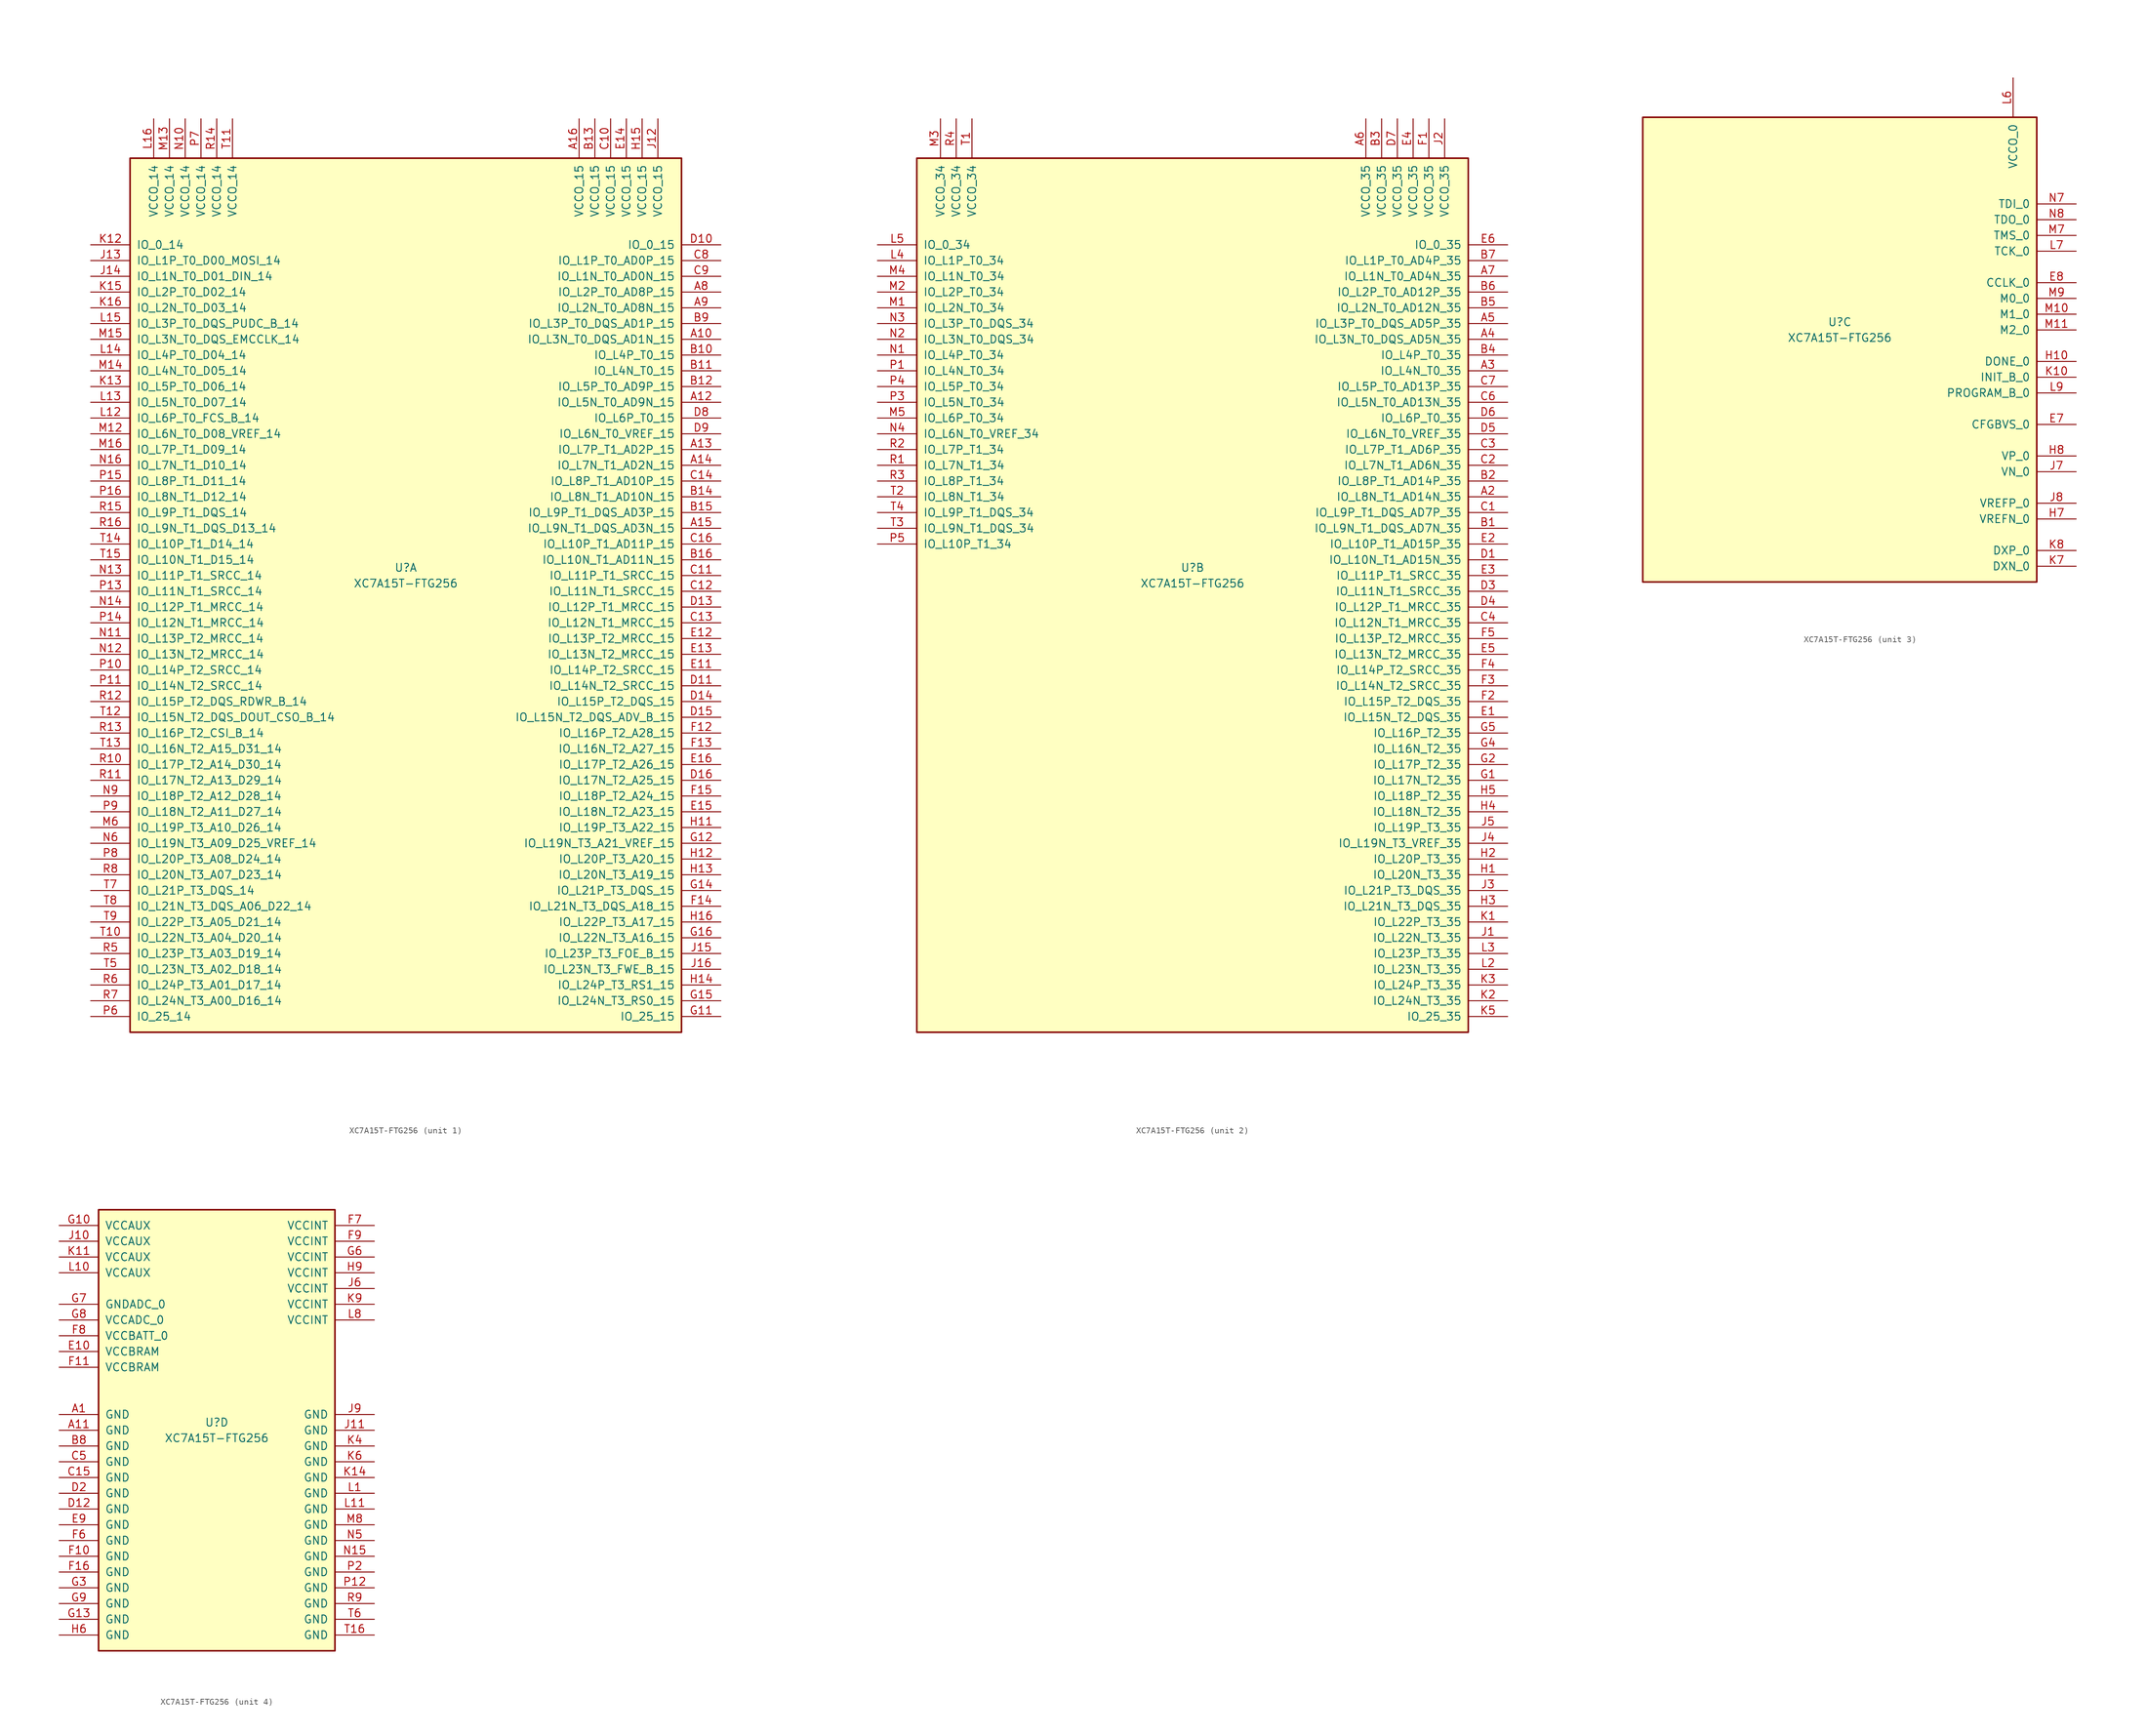
<source format=kicad_sym>
(kicad_symbol_lib
  (version 20201005)
  (generator kicad_symbol_editor)
  (symbol "FPGA_Xilinx_Artix7:XC7A15T-FTG256"
    (pin_names
      (offset 1.016))
    (property "Reference" "U"
      (at 0 1.27 0)
      (effects (font (size 1.27 1.27))))
    (property "Value" "XC7A15T-FTG256"
      (at 0 -1.27 0)
      (effects (font (size 1.27 1.27))))
    (property "Datasheet" ""
      (at 0 0 0)
      (effects (font (size 1.27 1.27))))
    (property "ki_locked" ""
      (at 0 0 0)
      (effects (font (size 1.27 1.27))))
    (symbol "XC7A15T-FTG256_1_1"
      (rectangle (start -44.45 67.31) (end 44.45 -73.66) (stroke (width 0.254)) (fill (type background)))
      (pin power_in line (at -40.64 73.66 270) (length 6.35) (name "VCCO_14" (effects (font (size 1.27 1.27)))) (number "L16" (effects (font (size 1.27 1.27)))))
      (pin power_in line (at -38.1 73.66 270) (length 6.35) (name "VCCO_14" (effects (font (size 1.27 1.27)))) (number "M13" (effects (font (size 1.27 1.27)))))
      (pin power_in line (at -35.56 73.66 270) (length 6.35) (name "VCCO_14" (effects (font (size 1.27 1.27)))) (number "N10" (effects (font (size 1.27 1.27)))))
      (pin power_in line (at -33.02 73.66 270) (length 6.35) (name "VCCO_14" (effects (font (size 1.27 1.27)))) (number "P7" (effects (font (size 1.27 1.27)))))
      (pin power_in line (at -30.48 73.66 270) (length 6.35) (name "VCCO_14" (effects (font (size 1.27 1.27)))) (number "R14" (effects (font (size 1.27 1.27)))))
      (pin power_in line (at -27.94 73.66 270) (length 6.35) (name "VCCO_14" (effects (font (size 1.27 1.27)))) (number "T11" (effects (font (size 1.27 1.27)))))
      (pin bidirectional line (at -50.8 53.34 0) (length 6.35) (name "IO_0_14" (effects (font (size 1.27 1.27)))) (number "K12" (effects (font (size 1.27 1.27)))))
      (pin bidirectional line (at -50.8 50.8 0) (length 6.35) (name "IO_L1P_T0_D00_MOSI_14" (effects (font (size 1.27 1.27)))) (number "J13" (effects (font (size 1.27 1.27)))))
      (pin bidirectional line (at -50.8 48.26 0) (length 6.35) (name "IO_L1N_T0_D01_DIN_14" (effects (font (size 1.27 1.27)))) (number "J14" (effects (font (size 1.27 1.27)))))
      (pin bidirectional line (at -50.8 45.72 0) (length 6.35) (name "IO_L2P_T0_D02_14" (effects (font (size 1.27 1.27)))) (number "K15" (effects (font (size 1.27 1.27)))))
      (pin bidirectional line (at -50.8 43.18 0) (length 6.35) (name "IO_L2N_T0_D03_14" (effects (font (size 1.27 1.27)))) (number "K16" (effects (font (size 1.27 1.27)))))
      (pin bidirectional line (at -50.8 40.64 0) (length 6.35) (name "IO_L3P_T0_DQS_PUDC_B_14" (effects (font (size 1.27 1.27)))) (number "L15" (effects (font (size 1.27 1.27)))))
      (pin bidirectional line (at -50.8 38.1 0) (length 6.35) (name "IO_L3N_T0_DQS_EMCCLK_14" (effects (font (size 1.27 1.27)))) (number "M15" (effects (font (size 1.27 1.27)))))
      (pin bidirectional line (at -50.8 35.56 0) (length 6.35) (name "IO_L4P_T0_D04_14" (effects (font (size 1.27 1.27)))) (number "L14" (effects (font (size 1.27 1.27)))))
      (pin bidirectional line (at -50.8 33.02 0) (length 6.35) (name "IO_L4N_T0_D05_14" (effects (font (size 1.27 1.27)))) (number "M14" (effects (font (size 1.27 1.27)))))
      (pin bidirectional line (at -50.8 30.48 0) (length 6.35) (name "IO_L5P_T0_D06_14" (effects (font (size 1.27 1.27)))) (number "K13" (effects (font (size 1.27 1.27)))))
      (pin bidirectional line (at -50.8 27.94 0) (length 6.35) (name "IO_L5N_T0_D07_14" (effects (font (size 1.27 1.27)))) (number "L13" (effects (font (size 1.27 1.27)))))
      (pin bidirectional line (at -50.8 25.4 0) (length 6.35) (name "IO_L6P_T0_FCS_B_14" (effects (font (size 1.27 1.27)))) (number "L12" (effects (font (size 1.27 1.27)))))
      (pin bidirectional line (at -50.8 22.86 0) (length 6.35) (name "IO_L6N_T0_D08_VREF_14" (effects (font (size 1.27 1.27)))) (number "M12" (effects (font (size 1.27 1.27)))))
      (pin bidirectional line (at -50.8 20.32 0) (length 6.35) (name "IO_L7P_T1_D09_14" (effects (font (size 1.27 1.27)))) (number "M16" (effects (font (size 1.27 1.27)))))
      (pin bidirectional line (at -50.8 17.78 0) (length 6.35) (name "IO_L7N_T1_D10_14" (effects (font (size 1.27 1.27)))) (number "N16" (effects (font (size 1.27 1.27)))))
      (pin bidirectional line (at -50.8 15.24 0) (length 6.35) (name "IO_L8P_T1_D11_14" (effects (font (size 1.27 1.27)))) (number "P15" (effects (font (size 1.27 1.27)))))
      (pin bidirectional line (at -50.8 12.7 0) (length 6.35) (name "IO_L8N_T1_D12_14" (effects (font (size 1.27 1.27)))) (number "P16" (effects (font (size 1.27 1.27)))))
      (pin bidirectional line (at -50.8 10.16 0) (length 6.35) (name "IO_L9P_T1_DQS_14" (effects (font (size 1.27 1.27)))) (number "R15" (effects (font (size 1.27 1.27)))))
      (pin bidirectional line (at -50.8 7.62 0) (length 6.35) (name "IO_L9N_T1_DQS_D13_14" (effects (font (size 1.27 1.27)))) (number "R16" (effects (font (size 1.27 1.27)))))
      (pin bidirectional line (at -50.8 5.08 0) (length 6.35) (name "IO_L10P_T1_D14_14" (effects (font (size 1.27 1.27)))) (number "T14" (effects (font (size 1.27 1.27)))))
      (pin bidirectional line (at -50.8 2.54 0) (length 6.35) (name "IO_L10N_T1_D15_14" (effects (font (size 1.27 1.27)))) (number "T15" (effects (font (size 1.27 1.27)))))
      (pin bidirectional line (at -50.8 0 0) (length 6.35) (name "IO_L11P_T1_SRCC_14" (effects (font (size 1.27 1.27)))) (number "N13" (effects (font (size 1.27 1.27)))))
      (pin bidirectional line (at -50.8 -2.54 0) (length 6.35) (name "IO_L11N_T1_SRCC_14" (effects (font (size 1.27 1.27)))) (number "P13" (effects (font (size 1.27 1.27)))))
      (pin bidirectional line (at -50.8 -5.08 0) (length 6.35) (name "IO_L12P_T1_MRCC_14" (effects (font (size 1.27 1.27)))) (number "N14" (effects (font (size 1.27 1.27)))))
      (pin bidirectional line (at -50.8 -7.62 0) (length 6.35) (name "IO_L12N_T1_MRCC_14" (effects (font (size 1.27 1.27)))) (number "P14" (effects (font (size 1.27 1.27)))))
      (pin bidirectional line (at -50.8 -10.16 0) (length 6.35) (name "IO_L13P_T2_MRCC_14" (effects (font (size 1.27 1.27)))) (number "N11" (effects (font (size 1.27 1.27)))))
      (pin bidirectional line (at -50.8 -12.7 0) (length 6.35) (name "IO_L13N_T2_MRCC_14" (effects (font (size 1.27 1.27)))) (number "N12" (effects (font (size 1.27 1.27)))))
      (pin bidirectional line (at -50.8 -15.24 0) (length 6.35) (name "IO_L14P_T2_SRCC_14" (effects (font (size 1.27 1.27)))) (number "P10" (effects (font (size 1.27 1.27)))))
      (pin bidirectional line (at -50.8 -17.78 0) (length 6.35) (name "IO_L14N_T2_SRCC_14" (effects (font (size 1.27 1.27)))) (number "P11" (effects (font (size 1.27 1.27)))))
      (pin bidirectional line (at -50.8 -20.32 0) (length 6.35) (name "IO_L15P_T2_DQS_RDWR_B_14" (effects (font (size 1.27 1.27)))) (number "R12" (effects (font (size 1.27 1.27)))))
      (pin bidirectional line (at -50.8 -22.86 0) (length 6.35) (name "IO_L15N_T2_DQS_DOUT_CSO_B_14" (effects (font (size 1.27 1.27)))) (number "T12" (effects (font (size 1.27 1.27)))))
      (pin bidirectional line (at -50.8 -25.4 0) (length 6.35) (name "IO_L16P_T2_CSI_B_14" (effects (font (size 1.27 1.27)))) (number "R13" (effects (font (size 1.27 1.27)))))
      (pin bidirectional line (at -50.8 -27.94 0) (length 6.35) (name "IO_L16N_T2_A15_D31_14" (effects (font (size 1.27 1.27)))) (number "T13" (effects (font (size 1.27 1.27)))))
      (pin bidirectional line (at -50.8 -30.48 0) (length 6.35) (name "IO_L17P_T2_A14_D30_14" (effects (font (size 1.27 1.27)))) (number "R10" (effects (font (size 1.27 1.27)))))
      (pin bidirectional line (at -50.8 -33.02 0) (length 6.35) (name "IO_L17N_T2_A13_D29_14" (effects (font (size 1.27 1.27)))) (number "R11" (effects (font (size 1.27 1.27)))))
      (pin bidirectional line (at -50.8 -35.56 0) (length 6.35) (name "IO_L18P_T2_A12_D28_14" (effects (font (size 1.27 1.27)))) (number "N9" (effects (font (size 1.27 1.27)))))
      (pin bidirectional line (at -50.8 -38.1 0) (length 6.35) (name "IO_L18N_T2_A11_D27_14" (effects (font (size 1.27 1.27)))) (number "P9" (effects (font (size 1.27 1.27)))))
      (pin bidirectional line (at -50.8 -40.64 0) (length 6.35) (name "IO_L19P_T3_A10_D26_14" (effects (font (size 1.27 1.27)))) (number "M6" (effects (font (size 1.27 1.27)))))
      (pin bidirectional line (at -50.8 -43.18 0) (length 6.35) (name "IO_L19N_T3_A09_D25_VREF_14" (effects (font (size 1.27 1.27)))) (number "N6" (effects (font (size 1.27 1.27)))))
      (pin bidirectional line (at -50.8 -45.72 0) (length 6.35) (name "IO_L20P_T3_A08_D24_14" (effects (font (size 1.27 1.27)))) (number "P8" (effects (font (size 1.27 1.27)))))
      (pin bidirectional line (at -50.8 -48.26 0) (length 6.35) (name "IO_L20N_T3_A07_D23_14" (effects (font (size 1.27 1.27)))) (number "R8" (effects (font (size 1.27 1.27)))))
      (pin bidirectional line (at -50.8 -50.8 0) (length 6.35) (name "IO_L21P_T3_DQS_14" (effects (font (size 1.27 1.27)))) (number "T7" (effects (font (size 1.27 1.27)))))
      (pin bidirectional line (at -50.8 -53.34 0) (length 6.35) (name "IO_L21N_T3_DQS_A06_D22_14" (effects (font (size 1.27 1.27)))) (number "T8" (effects (font (size 1.27 1.27)))))
      (pin bidirectional line (at -50.8 -55.88 0) (length 6.35) (name "IO_L22P_T3_A05_D21_14" (effects (font (size 1.27 1.27)))) (number "T9" (effects (font (size 1.27 1.27)))))
      (pin bidirectional line (at -50.8 -58.42 0) (length 6.35) (name "IO_L22N_T3_A04_D20_14" (effects (font (size 1.27 1.27)))) (number "T10" (effects (font (size 1.27 1.27)))))
      (pin bidirectional line (at -50.8 -60.96 0) (length 6.35) (name "IO_L23P_T3_A03_D19_14" (effects (font (size 1.27 1.27)))) (number "R5" (effects (font (size 1.27 1.27)))))
      (pin bidirectional line (at -50.8 -63.5 0) (length 6.35) (name "IO_L23N_T3_A02_D18_14" (effects (font (size 1.27 1.27)))) (number "T5" (effects (font (size 1.27 1.27)))))
      (pin bidirectional line (at -50.8 -66.04 0) (length 6.35) (name "IO_L24P_T3_A01_D17_14" (effects (font (size 1.27 1.27)))) (number "R6" (effects (font (size 1.27 1.27)))))
      (pin bidirectional line (at -50.8 -68.58 0) (length 6.35) (name "IO_L24N_T3_A00_D16_14" (effects (font (size 1.27 1.27)))) (number "R7" (effects (font (size 1.27 1.27)))))
      (pin bidirectional line (at -50.8 -71.12 0) (length 6.35) (name "IO_25_14" (effects (font (size 1.27 1.27)))) (number "P6" (effects (font (size 1.27 1.27)))))
      (pin power_in line (at 27.94 73.66 270) (length 6.35) (name "VCCO_15" (effects (font (size 1.27 1.27)))) (number "A16" (effects (font (size 1.27 1.27)))))
      (pin power_in line (at 30.48 73.66 270) (length 6.35) (name "VCCO_15" (effects (font (size 1.27 1.27)))) (number "B13" (effects (font (size 1.27 1.27)))))
      (pin power_in line (at 33.02 73.66 270) (length 6.35) (name "VCCO_15" (effects (font (size 1.27 1.27)))) (number "C10" (effects (font (size 1.27 1.27)))))
      (pin power_in line (at 35.56 73.66 270) (length 6.35) (name "VCCO_15" (effects (font (size 1.27 1.27)))) (number "E14" (effects (font (size 1.27 1.27)))))
      (pin power_in line (at 38.1 73.66 270) (length 6.35) (name "VCCO_15" (effects (font (size 1.27 1.27)))) (number "H15" (effects (font (size 1.27 1.27)))))
      (pin power_in line (at 40.64 73.66 270) (length 6.35) (name "VCCO_15" (effects (font (size 1.27 1.27)))) (number "J12" (effects (font (size 1.27 1.27)))))
      (pin bidirectional line (at 50.8 53.34 180) (length 6.35) (name "IO_0_15" (effects (font (size 1.27 1.27)))) (number "D10" (effects (font (size 1.27 1.27)))))
      (pin bidirectional line (at 50.8 50.8 180) (length 6.35) (name "IO_L1P_T0_AD0P_15" (effects (font (size 1.27 1.27)))) (number "C8" (effects (font (size 1.27 1.27)))))
      (pin bidirectional line (at 50.8 48.26 180) (length 6.35) (name "IO_L1N_T0_AD0N_15" (effects (font (size 1.27 1.27)))) (number "C9" (effects (font (size 1.27 1.27)))))
      (pin bidirectional line (at 50.8 45.72 180) (length 6.35) (name "IO_L2P_T0_AD8P_15" (effects (font (size 1.27 1.27)))) (number "A8" (effects (font (size 1.27 1.27)))))
      (pin bidirectional line (at 50.8 43.18 180) (length 6.35) (name "IO_L2N_T0_AD8N_15" (effects (font (size 1.27 1.27)))) (number "A9" (effects (font (size 1.27 1.27)))))
      (pin bidirectional line (at 50.8 40.64 180) (length 6.35) (name "IO_L3P_T0_DQS_AD1P_15" (effects (font (size 1.27 1.27)))) (number "B9" (effects (font (size 1.27 1.27)))))
      (pin bidirectional line (at 50.8 38.1 180) (length 6.35) (name "IO_L3N_T0_DQS_AD1N_15" (effects (font (size 1.27 1.27)))) (number "A10" (effects (font (size 1.27 1.27)))))
      (pin bidirectional line (at 50.8 35.56 180) (length 6.35) (name "IO_L4P_T0_15" (effects (font (size 1.27 1.27)))) (number "B10" (effects (font (size 1.27 1.27)))))
      (pin bidirectional line (at 50.8 33.02 180) (length 6.35) (name "IO_L4N_T0_15" (effects (font (size 1.27 1.27)))) (number "B11" (effects (font (size 1.27 1.27)))))
      (pin bidirectional line (at 50.8 30.48 180) (length 6.35) (name "IO_L5P_T0_AD9P_15" (effects (font (size 1.27 1.27)))) (number "B12" (effects (font (size 1.27 1.27)))))
      (pin bidirectional line (at 50.8 27.94 180) (length 6.35) (name "IO_L5N_T0_AD9N_15" (effects (font (size 1.27 1.27)))) (number "A12" (effects (font (size 1.27 1.27)))))
      (pin bidirectional line (at 50.8 25.4 180) (length 6.35) (name "IO_L6P_T0_15" (effects (font (size 1.27 1.27)))) (number "D8" (effects (font (size 1.27 1.27)))))
      (pin bidirectional line (at 50.8 22.86 180) (length 6.35) (name "IO_L6N_T0_VREF_15" (effects (font (size 1.27 1.27)))) (number "D9" (effects (font (size 1.27 1.27)))))
      (pin bidirectional line (at 50.8 20.32 180) (length 6.35) (name "IO_L7P_T1_AD2P_15" (effects (font (size 1.27 1.27)))) (number "A13" (effects (font (size 1.27 1.27)))))
      (pin bidirectional line (at 50.8 17.78 180) (length 6.35) (name "IO_L7N_T1_AD2N_15" (effects (font (size 1.27 1.27)))) (number "A14" (effects (font (size 1.27 1.27)))))
      (pin bidirectional line (at 50.8 15.24 180) (length 6.35) (name "IO_L8P_T1_AD10P_15" (effects (font (size 1.27 1.27)))) (number "C14" (effects (font (size 1.27 1.27)))))
      (pin bidirectional line (at 50.8 12.7 180) (length 6.35) (name "IO_L8N_T1_AD10N_15" (effects (font (size 1.27 1.27)))) (number "B14" (effects (font (size 1.27 1.27)))))
      (pin bidirectional line (at 50.8 10.16 180) (length 6.35) (name "IO_L9P_T1_DQS_AD3P_15" (effects (font (size 1.27 1.27)))) (number "B15" (effects (font (size 1.27 1.27)))))
      (pin bidirectional line (at 50.8 7.62 180) (length 6.35) (name "IO_L9N_T1_DQS_AD3N_15" (effects (font (size 1.27 1.27)))) (number "A15" (effects (font (size 1.27 1.27)))))
      (pin bidirectional line (at 50.8 5.08 180) (length 6.35) (name "IO_L10P_T1_AD11P_15" (effects (font (size 1.27 1.27)))) (number "C16" (effects (font (size 1.27 1.27)))))
      (pin bidirectional line (at 50.8 2.54 180) (length 6.35) (name "IO_L10N_T1_AD11N_15" (effects (font (size 1.27 1.27)))) (number "B16" (effects (font (size 1.27 1.27)))))
      (pin bidirectional line (at 50.8 0 180) (length 6.35) (name "IO_L11P_T1_SRCC_15" (effects (font (size 1.27 1.27)))) (number "C11" (effects (font (size 1.27 1.27)))))
      (pin bidirectional line (at 50.8 -2.54 180) (length 6.35) (name "IO_L11N_T1_SRCC_15" (effects (font (size 1.27 1.27)))) (number "C12" (effects (font (size 1.27 1.27)))))
      (pin bidirectional line (at 50.8 -5.08 180) (length 6.35) (name "IO_L12P_T1_MRCC_15" (effects (font (size 1.27 1.27)))) (number "D13" (effects (font (size 1.27 1.27)))))
      (pin bidirectional line (at 50.8 -7.62 180) (length 6.35) (name "IO_L12N_T1_MRCC_15" (effects (font (size 1.27 1.27)))) (number "C13" (effects (font (size 1.27 1.27)))))
      (pin bidirectional line (at 50.8 -10.16 180) (length 6.35) (name "IO_L13P_T2_MRCC_15" (effects (font (size 1.27 1.27)))) (number "E12" (effects (font (size 1.27 1.27)))))
      (pin bidirectional line (at 50.8 -12.7 180) (length 6.35) (name "IO_L13N_T2_MRCC_15" (effects (font (size 1.27 1.27)))) (number "E13" (effects (font (size 1.27 1.27)))))
      (pin bidirectional line (at 50.8 -15.24 180) (length 6.35) (name "IO_L14P_T2_SRCC_15" (effects (font (size 1.27 1.27)))) (number "E11" (effects (font (size 1.27 1.27)))))
      (pin bidirectional line (at 50.8 -17.78 180) (length 6.35) (name "IO_L14N_T2_SRCC_15" (effects (font (size 1.27 1.27)))) (number "D11" (effects (font (size 1.27 1.27)))))
      (pin bidirectional line (at 50.8 -20.32 180) (length 6.35) (name "IO_L15P_T2_DQS_15" (effects (font (size 1.27 1.27)))) (number "D14" (effects (font (size 1.27 1.27)))))
      (pin bidirectional line (at 50.8 -22.86 180) (length 6.35) (name "IO_L15N_T2_DQS_ADV_B_15" (effects (font (size 1.27 1.27)))) (number "D15" (effects (font (size 1.27 1.27)))))
      (pin bidirectional line (at 50.8 -25.4 180) (length 6.35) (name "IO_L16P_T2_A28_15" (effects (font (size 1.27 1.27)))) (number "F12" (effects (font (size 1.27 1.27)))))
      (pin bidirectional line (at 50.8 -27.94 180) (length 6.35) (name "IO_L16N_T2_A27_15" (effects (font (size 1.27 1.27)))) (number "F13" (effects (font (size 1.27 1.27)))))
      (pin bidirectional line (at 50.8 -30.48 180) (length 6.35) (name "IO_L17P_T2_A26_15" (effects (font (size 1.27 1.27)))) (number "E16" (effects (font (size 1.27 1.27)))))
      (pin bidirectional line (at 50.8 -33.02 180) (length 6.35) (name "IO_L17N_T2_A25_15" (effects (font (size 1.27 1.27)))) (number "D16" (effects (font (size 1.27 1.27)))))
      (pin bidirectional line (at 50.8 -35.56 180) (length 6.35) (name "IO_L18P_T2_A24_15" (effects (font (size 1.27 1.27)))) (number "F15" (effects (font (size 1.27 1.27)))))
      (pin bidirectional line (at 50.8 -38.1 180) (length 6.35) (name "IO_L18N_T2_A23_15" (effects (font (size 1.27 1.27)))) (number "E15" (effects (font (size 1.27 1.27)))))
      (pin bidirectional line (at 50.8 -40.64 180) (length 6.35) (name "IO_L19P_T3_A22_15" (effects (font (size 1.27 1.27)))) (number "H11" (effects (font (size 1.27 1.27)))))
      (pin bidirectional line (at 50.8 -43.18 180) (length 6.35) (name "IO_L19N_T3_A21_VREF_15" (effects (font (size 1.27 1.27)))) (number "G12" (effects (font (size 1.27 1.27)))))
      (pin bidirectional line (at 50.8 -45.72 180) (length 6.35) (name "IO_L20P_T3_A20_15" (effects (font (size 1.27 1.27)))) (number "H12" (effects (font (size 1.27 1.27)))))
      (pin bidirectional line (at 50.8 -48.26 180) (length 6.35) (name "IO_L20N_T3_A19_15" (effects (font (size 1.27 1.27)))) (number "H13" (effects (font (size 1.27 1.27)))))
      (pin bidirectional line (at 50.8 -50.8 180) (length 6.35) (name "IO_L21P_T3_DQS_15" (effects (font (size 1.27 1.27)))) (number "G14" (effects (font (size 1.27 1.27)))))
      (pin bidirectional line (at 50.8 -53.34 180) (length 6.35) (name "IO_L21N_T3_DQS_A18_15" (effects (font (size 1.27 1.27)))) (number "F14" (effects (font (size 1.27 1.27)))))
      (pin bidirectional line (at 50.8 -55.88 180) (length 6.35) (name "IO_L22P_T3_A17_15" (effects (font (size 1.27 1.27)))) (number "H16" (effects (font (size 1.27 1.27)))))
      (pin bidirectional line (at 50.8 -58.42 180) (length 6.35) (name "IO_L22N_T3_A16_15" (effects (font (size 1.27 1.27)))) (number "G16" (effects (font (size 1.27 1.27)))))
      (pin bidirectional line (at 50.8 -60.96 180) (length 6.35) (name "IO_L23P_T3_FOE_B_15" (effects (font (size 1.27 1.27)))) (number "J15" (effects (font (size 1.27 1.27)))))
      (pin bidirectional line (at 50.8 -63.5 180) (length 6.35) (name "IO_L23N_T3_FWE_B_15" (effects (font (size 1.27 1.27)))) (number "J16" (effects (font (size 1.27 1.27)))))
      (pin bidirectional line (at 50.8 -66.04 180) (length 6.35) (name "IO_L24P_T3_RS1_15" (effects (font (size 1.27 1.27)))) (number "H14" (effects (font (size 1.27 1.27)))))
      (pin bidirectional line (at 50.8 -68.58 180) (length 6.35) (name "IO_L24N_T3_RS0_15" (effects (font (size 1.27 1.27)))) (number "G15" (effects (font (size 1.27 1.27)))))
      (pin bidirectional line (at 50.8 -71.12 180) (length 6.35) (name "IO_25_15" (effects (font (size 1.27 1.27)))) (number "G11" (effects (font (size 1.27 1.27))))))
    (symbol "XC7A15T-FTG256_2_1"
      (rectangle (start -44.45 67.31) (end 44.45 -73.66) (stroke (width 0.254)) (fill (type background)))
      (pin power_in line (at -40.64 73.66 270) (length 6.35) (name "VCCO_34" (effects (font (size 1.27 1.27)))) (number "M3" (effects (font (size 1.27 1.27)))))
      (pin power_in line (at -38.1 73.66 270) (length 6.35) (name "VCCO_34" (effects (font (size 1.27 1.27)))) (number "R4" (effects (font (size 1.27 1.27)))))
      (pin power_in line (at -35.56 73.66 270) (length 6.35) (name "VCCO_34" (effects (font (size 1.27 1.27)))) (number "T1" (effects (font (size 1.27 1.27)))))
      (pin bidirectional line (at -50.8 53.34 0) (length 6.35) (name "IO_0_34" (effects (font (size 1.27 1.27)))) (number "L5" (effects (font (size 1.27 1.27)))))
      (pin bidirectional line (at -50.8 50.8 0) (length 6.35) (name "IO_L1P_T0_34" (effects (font (size 1.27 1.27)))) (number "L4" (effects (font (size 1.27 1.27)))))
      (pin bidirectional line (at -50.8 48.26 0) (length 6.35) (name "IO_L1N_T0_34" (effects (font (size 1.27 1.27)))) (number "M4" (effects (font (size 1.27 1.27)))))
      (pin bidirectional line (at -50.8 45.72 0) (length 6.35) (name "IO_L2P_T0_34" (effects (font (size 1.27 1.27)))) (number "M2" (effects (font (size 1.27 1.27)))))
      (pin bidirectional line (at -50.8 43.18 0) (length 6.35) (name "IO_L2N_T0_34" (effects (font (size 1.27 1.27)))) (number "M1" (effects (font (size 1.27 1.27)))))
      (pin bidirectional line (at -50.8 40.64 0) (length 6.35) (name "IO_L3P_T0_DQS_34" (effects (font (size 1.27 1.27)))) (number "N3" (effects (font (size 1.27 1.27)))))
      (pin bidirectional line (at -50.8 38.1 0) (length 6.35) (name "IO_L3N_T0_DQS_34" (effects (font (size 1.27 1.27)))) (number "N2" (effects (font (size 1.27 1.27)))))
      (pin bidirectional line (at -50.8 35.56 0) (length 6.35) (name "IO_L4P_T0_34" (effects (font (size 1.27 1.27)))) (number "N1" (effects (font (size 1.27 1.27)))))
      (pin bidirectional line (at -50.8 33.02 0) (length 6.35) (name "IO_L4N_T0_34" (effects (font (size 1.27 1.27)))) (number "P1" (effects (font (size 1.27 1.27)))))
      (pin bidirectional line (at -50.8 30.48 0) (length 6.35) (name "IO_L5P_T0_34" (effects (font (size 1.27 1.27)))) (number "P4" (effects (font (size 1.27 1.27)))))
      (pin bidirectional line (at -50.8 27.94 0) (length 6.35) (name "IO_L5N_T0_34" (effects (font (size 1.27 1.27)))) (number "P3" (effects (font (size 1.27 1.27)))))
      (pin bidirectional line (at -50.8 25.4 0) (length 6.35) (name "IO_L6P_T0_34" (effects (font (size 1.27 1.27)))) (number "M5" (effects (font (size 1.27 1.27)))))
      (pin bidirectional line (at -50.8 22.86 0) (length 6.35) (name "IO_L6N_T0_VREF_34" (effects (font (size 1.27 1.27)))) (number "N4" (effects (font (size 1.27 1.27)))))
      (pin bidirectional line (at -50.8 20.32 0) (length 6.35) (name "IO_L7P_T1_34" (effects (font (size 1.27 1.27)))) (number "R2" (effects (font (size 1.27 1.27)))))
      (pin bidirectional line (at -50.8 17.78 0) (length 6.35) (name "IO_L7N_T1_34" (effects (font (size 1.27 1.27)))) (number "R1" (effects (font (size 1.27 1.27)))))
      (pin bidirectional line (at -50.8 15.24 0) (length 6.35) (name "IO_L8P_T1_34" (effects (font (size 1.27 1.27)))) (number "R3" (effects (font (size 1.27 1.27)))))
      (pin bidirectional line (at -50.8 12.7 0) (length 6.35) (name "IO_L8N_T1_34" (effects (font (size 1.27 1.27)))) (number "T2" (effects (font (size 1.27 1.27)))))
      (pin bidirectional line (at -50.8 10.16 0) (length 6.35) (name "IO_L9P_T1_DQS_34" (effects (font (size 1.27 1.27)))) (number "T4" (effects (font (size 1.27 1.27)))))
      (pin bidirectional line (at -50.8 7.62 0) (length 6.35) (name "IO_L9N_T1_DQS_34" (effects (font (size 1.27 1.27)))) (number "T3" (effects (font (size 1.27 1.27)))))
      (pin bidirectional line (at -50.8 5.08 0) (length 6.35) (name "IO_L10P_T1_34" (effects (font (size 1.27 1.27)))) (number "P5" (effects (font (size 1.27 1.27)))))
      (pin power_in line (at 27.94 73.66 270) (length 6.35) (name "VCCO_35" (effects (font (size 1.27 1.27)))) (number "A6" (effects (font (size 1.27 1.27)))))
      (pin power_in line (at 30.48 73.66 270) (length 6.35) (name "VCCO_35" (effects (font (size 1.27 1.27)))) (number "B3" (effects (font (size 1.27 1.27)))))
      (pin power_in line (at 33.02 73.66 270) (length 6.35) (name "VCCO_35" (effects (font (size 1.27 1.27)))) (number "D7" (effects (font (size 1.27 1.27)))))
      (pin power_in line (at 35.56 73.66 270) (length 6.35) (name "VCCO_35" (effects (font (size 1.27 1.27)))) (number "E4" (effects (font (size 1.27 1.27)))))
      (pin power_in line (at 38.1 73.66 270) (length 6.35) (name "VCCO_35" (effects (font (size 1.27 1.27)))) (number "F1" (effects (font (size 1.27 1.27)))))
      (pin power_in line (at 40.64 73.66 270) (length 6.35) (name "VCCO_35" (effects (font (size 1.27 1.27)))) (number "J2" (effects (font (size 1.27 1.27)))))
      (pin bidirectional line (at 50.8 53.34 180) (length 6.35) (name "IO_0_35" (effects (font (size 1.27 1.27)))) (number "E6" (effects (font (size 1.27 1.27)))))
      (pin bidirectional line (at 50.8 50.8 180) (length 6.35) (name "IO_L1P_T0_AD4P_35" (effects (font (size 1.27 1.27)))) (number "B7" (effects (font (size 1.27 1.27)))))
      (pin bidirectional line (at 50.8 48.26 180) (length 6.35) (name "IO_L1N_T0_AD4N_35" (effects (font (size 1.27 1.27)))) (number "A7" (effects (font (size 1.27 1.27)))))
      (pin bidirectional line (at 50.8 45.72 180) (length 6.35) (name "IO_L2P_T0_AD12P_35" (effects (font (size 1.27 1.27)))) (number "B6" (effects (font (size 1.27 1.27)))))
      (pin bidirectional line (at 50.8 43.18 180) (length 6.35) (name "IO_L2N_T0_AD12N_35" (effects (font (size 1.27 1.27)))) (number "B5" (effects (font (size 1.27 1.27)))))
      (pin bidirectional line (at 50.8 40.64 180) (length 6.35) (name "IO_L3P_T0_DQS_AD5P_35" (effects (font (size 1.27 1.27)))) (number "A5" (effects (font (size 1.27 1.27)))))
      (pin bidirectional line (at 50.8 38.1 180) (length 6.35) (name "IO_L3N_T0_DQS_AD5N_35" (effects (font (size 1.27 1.27)))) (number "A4" (effects (font (size 1.27 1.27)))))
      (pin bidirectional line (at 50.8 35.56 180) (length 6.35) (name "IO_L4P_T0_35" (effects (font (size 1.27 1.27)))) (number "B4" (effects (font (size 1.27 1.27)))))
      (pin bidirectional line (at 50.8 33.02 180) (length 6.35) (name "IO_L4N_T0_35" (effects (font (size 1.27 1.27)))) (number "A3" (effects (font (size 1.27 1.27)))))
      (pin bidirectional line (at 50.8 30.48 180) (length 6.35) (name "IO_L5P_T0_AD13P_35" (effects (font (size 1.27 1.27)))) (number "C7" (effects (font (size 1.27 1.27)))))
      (pin bidirectional line (at 50.8 27.94 180) (length 6.35) (name "IO_L5N_T0_AD13N_35" (effects (font (size 1.27 1.27)))) (number "C6" (effects (font (size 1.27 1.27)))))
      (pin bidirectional line (at 50.8 25.4 180) (length 6.35) (name "IO_L6P_T0_35" (effects (font (size 1.27 1.27)))) (number "D6" (effects (font (size 1.27 1.27)))))
      (pin bidirectional line (at 50.8 22.86 180) (length 6.35) (name "IO_L6N_T0_VREF_35" (effects (font (size 1.27 1.27)))) (number "D5" (effects (font (size 1.27 1.27)))))
      (pin bidirectional line (at 50.8 20.32 180) (length 6.35) (name "IO_L7P_T1_AD6P_35" (effects (font (size 1.27 1.27)))) (number "C3" (effects (font (size 1.27 1.27)))))
      (pin bidirectional line (at 50.8 17.78 180) (length 6.35) (name "IO_L7N_T1_AD6N_35" (effects (font (size 1.27 1.27)))) (number "C2" (effects (font (size 1.27 1.27)))))
      (pin bidirectional line (at 50.8 15.24 180) (length 6.35) (name "IO_L8P_T1_AD14P_35" (effects (font (size 1.27 1.27)))) (number "B2" (effects (font (size 1.27 1.27)))))
      (pin bidirectional line (at 50.8 12.7 180) (length 6.35) (name "IO_L8N_T1_AD14N_35" (effects (font (size 1.27 1.27)))) (number "A2" (effects (font (size 1.27 1.27)))))
      (pin bidirectional line (at 50.8 10.16 180) (length 6.35) (name "IO_L9P_T1_DQS_AD7P_35" (effects (font (size 1.27 1.27)))) (number "C1" (effects (font (size 1.27 1.27)))))
      (pin bidirectional line (at 50.8 7.62 180) (length 6.35) (name "IO_L9N_T1_DQS_AD7N_35" (effects (font (size 1.27 1.27)))) (number "B1" (effects (font (size 1.27 1.27)))))
      (pin bidirectional line (at 50.8 5.08 180) (length 6.35) (name "IO_L10P_T1_AD15P_35" (effects (font (size 1.27 1.27)))) (number "E2" (effects (font (size 1.27 1.27)))))
      (pin bidirectional line (at 50.8 2.54 180) (length 6.35) (name "IO_L10N_T1_AD15N_35" (effects (font (size 1.27 1.27)))) (number "D1" (effects (font (size 1.27 1.27)))))
      (pin bidirectional line (at 50.8 0 180) (length 6.35) (name "IO_L11P_T1_SRCC_35" (effects (font (size 1.27 1.27)))) (number "E3" (effects (font (size 1.27 1.27)))))
      (pin bidirectional line (at 50.8 -2.54 180) (length 6.35) (name "IO_L11N_T1_SRCC_35" (effects (font (size 1.27 1.27)))) (number "D3" (effects (font (size 1.27 1.27)))))
      (pin bidirectional line (at 50.8 -5.08 180) (length 6.35) (name "IO_L12P_T1_MRCC_35" (effects (font (size 1.27 1.27)))) (number "D4" (effects (font (size 1.27 1.27)))))
      (pin bidirectional line (at 50.8 -7.62 180) (length 6.35) (name "IO_L12N_T1_MRCC_35" (effects (font (size 1.27 1.27)))) (number "C4" (effects (font (size 1.27 1.27)))))
      (pin bidirectional line (at 50.8 -10.16 180) (length 6.35) (name "IO_L13P_T2_MRCC_35" (effects (font (size 1.27 1.27)))) (number "F5" (effects (font (size 1.27 1.27)))))
      (pin bidirectional line (at 50.8 -12.7 180) (length 6.35) (name "IO_L13N_T2_MRCC_35" (effects (font (size 1.27 1.27)))) (number "E5" (effects (font (size 1.27 1.27)))))
      (pin bidirectional line (at 50.8 -15.24 180) (length 6.35) (name "IO_L14P_T2_SRCC_35" (effects (font (size 1.27 1.27)))) (number "F4" (effects (font (size 1.27 1.27)))))
      (pin bidirectional line (at 50.8 -17.78 180) (length 6.35) (name "IO_L14N_T2_SRCC_35" (effects (font (size 1.27 1.27)))) (number "F3" (effects (font (size 1.27 1.27)))))
      (pin bidirectional line (at 50.8 -20.32 180) (length 6.35) (name "IO_L15P_T2_DQS_35" (effects (font (size 1.27 1.27)))) (number "F2" (effects (font (size 1.27 1.27)))))
      (pin bidirectional line (at 50.8 -22.86 180) (length 6.35) (name "IO_L15N_T2_DQS_35" (effects (font (size 1.27 1.27)))) (number "E1" (effects (font (size 1.27 1.27)))))
      (pin bidirectional line (at 50.8 -25.4 180) (length 6.35) (name "IO_L16P_T2_35" (effects (font (size 1.27 1.27)))) (number "G5" (effects (font (size 1.27 1.27)))))
      (pin bidirectional line (at 50.8 -27.94 180) (length 6.35) (name "IO_L16N_T2_35" (effects (font (size 1.27 1.27)))) (number "G4" (effects (font (size 1.27 1.27)))))
      (pin bidirectional line (at 50.8 -30.48 180) (length 6.35) (name "IO_L17P_T2_35" (effects (font (size 1.27 1.27)))) (number "G2" (effects (font (size 1.27 1.27)))))
      (pin bidirectional line (at 50.8 -33.02 180) (length 6.35) (name "IO_L17N_T2_35" (effects (font (size 1.27 1.27)))) (number "G1" (effects (font (size 1.27 1.27)))))
      (pin bidirectional line (at 50.8 -35.56 180) (length 6.35) (name "IO_L18P_T2_35" (effects (font (size 1.27 1.27)))) (number "H5" (effects (font (size 1.27 1.27)))))
      (pin bidirectional line (at 50.8 -38.1 180) (length 6.35) (name "IO_L18N_T2_35" (effects (font (size 1.27 1.27)))) (number "H4" (effects (font (size 1.27 1.27)))))
      (pin bidirectional line (at 50.8 -40.64 180) (length 6.35) (name "IO_L19P_T3_35" (effects (font (size 1.27 1.27)))) (number "J5" (effects (font (size 1.27 1.27)))))
      (pin bidirectional line (at 50.8 -43.18 180) (length 6.35) (name "IO_L19N_T3_VREF_35" (effects (font (size 1.27 1.27)))) (number "J4" (effects (font (size 1.27 1.27)))))
      (pin bidirectional line (at 50.8 -45.72 180) (length 6.35) (name "IO_L20P_T3_35" (effects (font (size 1.27 1.27)))) (number "H2" (effects (font (size 1.27 1.27)))))
      (pin bidirectional line (at 50.8 -48.26 180) (length 6.35) (name "IO_L20N_T3_35" (effects (font (size 1.27 1.27)))) (number "H1" (effects (font (size 1.27 1.27)))))
      (pin bidirectional line (at 50.8 -50.8 180) (length 6.35) (name "IO_L21P_T3_DQS_35" (effects (font (size 1.27 1.27)))) (number "J3" (effects (font (size 1.27 1.27)))))
      (pin bidirectional line (at 50.8 -53.34 180) (length 6.35) (name "IO_L21N_T3_DQS_35" (effects (font (size 1.27 1.27)))) (number "H3" (effects (font (size 1.27 1.27)))))
      (pin bidirectional line (at 50.8 -55.88 180) (length 6.35) (name "IO_L22P_T3_35" (effects (font (size 1.27 1.27)))) (number "K1" (effects (font (size 1.27 1.27)))))
      (pin bidirectional line (at 50.8 -58.42 180) (length 6.35) (name "IO_L22N_T3_35" (effects (font (size 1.27 1.27)))) (number "J1" (effects (font (size 1.27 1.27)))))
      (pin bidirectional line (at 50.8 -60.96 180) (length 6.35) (name "IO_L23P_T3_35" (effects (font (size 1.27 1.27)))) (number "L3" (effects (font (size 1.27 1.27)))))
      (pin bidirectional line (at 50.8 -63.5 180) (length 6.35) (name "IO_L23N_T3_35" (effects (font (size 1.27 1.27)))) (number "L2" (effects (font (size 1.27 1.27)))))
      (pin bidirectional line (at 50.8 -66.04 180) (length 6.35) (name "IO_L24P_T3_35" (effects (font (size 1.27 1.27)))) (number "K3" (effects (font (size 1.27 1.27)))))
      (pin bidirectional line (at 50.8 -68.58 180) (length 6.35) (name "IO_L24N_T3_35" (effects (font (size 1.27 1.27)))) (number "K2" (effects (font (size 1.27 1.27)))))
      (pin bidirectional line (at 50.8 -71.12 180) (length 6.35) (name "IO_25_35" (effects (font (size 1.27 1.27)))) (number "K5" (effects (font (size 1.27 1.27))))))
    (symbol "XC7A15T-FTG256_3_1"
      (rectangle (start -31.75 34.29) (end 31.75 -40.64) (stroke (width 0.254)) (fill (type background)))
      (pin power_in line (at 27.94 40.64 270) (length 6.35) (name "VCCO_0" (effects (font (size 1.27 1.27)))) (number "L6" (effects (font (size 1.27 1.27)))))
      (pin bidirectional line (at 38.1 20.32 180) (length 6.35) (name "TDI_0" (effects (font (size 1.27 1.27)))) (number "N7" (effects (font (size 1.27 1.27)))))
      (pin bidirectional line (at 38.1 17.78 180) (length 6.35) (name "TDO_0" (effects (font (size 1.27 1.27)))) (number "N8" (effects (font (size 1.27 1.27)))))
      (pin bidirectional line (at 38.1 15.24 180) (length 6.35) (name "TMS_0" (effects (font (size 1.27 1.27)))) (number "M7" (effects (font (size 1.27 1.27)))))
      (pin bidirectional line (at 38.1 12.7 180) (length 6.35) (name "TCK_0" (effects (font (size 1.27 1.27)))) (number "L7" (effects (font (size 1.27 1.27)))))
      (pin bidirectional line (at 38.1 7.62 180) (length 6.35) (name "CCLK_0" (effects (font (size 1.27 1.27)))) (number "E8" (effects (font (size 1.27 1.27)))))
      (pin bidirectional line (at 38.1 5.08 180) (length 6.35) (name "M0_0" (effects (font (size 1.27 1.27)))) (number "M9" (effects (font (size 1.27 1.27)))))
      (pin bidirectional line (at 38.1 2.54 180) (length 6.35) (name "M1_0" (effects (font (size 1.27 1.27)))) (number "M10" (effects (font (size 1.27 1.27)))))
      (pin bidirectional line (at 38.1 0 180) (length 6.35) (name "M2_0" (effects (font (size 1.27 1.27)))) (number "M11" (effects (font (size 1.27 1.27)))))
      (pin bidirectional line (at 38.1 -5.08 180) (length 6.35) (name "DONE_0" (effects (font (size 1.27 1.27)))) (number "H10" (effects (font (size 1.27 1.27)))))
      (pin bidirectional line (at 38.1 -7.62 180) (length 6.35) (name "INIT_B_0" (effects (font (size 1.27 1.27)))) (number "K10" (effects (font (size 1.27 1.27)))))
      (pin bidirectional line (at 38.1 -10.16 180) (length 6.35) (name "PROGRAM_B_0" (effects (font (size 1.27 1.27)))) (number "L9" (effects (font (size 1.27 1.27)))))
      (pin bidirectional line (at 38.1 -15.24 180) (length 6.35) (name "CFGBVS_0" (effects (font (size 1.27 1.27)))) (number "E7" (effects (font (size 1.27 1.27)))))
      (pin bidirectional line (at 38.1 -20.32 180) (length 6.35) (name "VP_0" (effects (font (size 1.27 1.27)))) (number "H8" (effects (font (size 1.27 1.27)))))
      (pin bidirectional line (at 38.1 -22.86 180) (length 6.35) (name "VN_0" (effects (font (size 1.27 1.27)))) (number "J7" (effects (font (size 1.27 1.27)))))
      (pin bidirectional line (at 38.1 -27.94 180) (length 6.35) (name "VREFP_0" (effects (font (size 1.27 1.27)))) (number "J8" (effects (font (size 1.27 1.27)))))
      (pin bidirectional line (at 38.1 -30.48 180) (length 6.35) (name "VREFN_0" (effects (font (size 1.27 1.27)))) (number "H7" (effects (font (size 1.27 1.27)))))
      (pin bidirectional line (at 38.1 -35.56 180) (length 6.35) (name "DXP_0" (effects (font (size 1.27 1.27)))) (number "K8" (effects (font (size 1.27 1.27)))))
      (pin bidirectional line (at 38.1 -38.1 180) (length 6.35) (name "DXN_0" (effects (font (size 1.27 1.27)))) (number "K7" (effects (font (size 1.27 1.27))))))
    (symbol "XC7A15T-FTG256_4_1"
      (rectangle (start -19.05 35.56) (end 19.05 -35.56) (stroke (width 0.254)) (fill (type background)))
      (pin power_in line (at -25.4 33.02 0) (length 6.35) (name "VCCAUX" (effects (font (size 1.27 1.27)))) (number "G10" (effects (font (size 1.27 1.27)))))
      (pin power_in line (at -25.4 30.48 0) (length 6.35) (name "VCCAUX" (effects (font (size 1.27 1.27)))) (number "J10" (effects (font (size 1.27 1.27)))))
      (pin power_in line (at -25.4 27.94 0) (length 6.35) (name "VCCAUX" (effects (font (size 1.27 1.27)))) (number "K11" (effects (font (size 1.27 1.27)))))
      (pin power_in line (at -25.4 25.4 0) (length 6.35) (name "VCCAUX" (effects (font (size 1.27 1.27)))) (number "L10" (effects (font (size 1.27 1.27)))))
      (pin power_in line (at -25.4 20.32 0) (length 6.35) (name "GNDADC_0" (effects (font (size 1.27 1.27)))) (number "G7" (effects (font (size 1.27 1.27)))))
      (pin power_in line (at -25.4 17.78 0) (length 6.35) (name "VCCADC_0" (effects (font (size 1.27 1.27)))) (number "G8" (effects (font (size 1.27 1.27)))))
      (pin power_in line (at -25.4 15.24 0) (length 6.35) (name "VCCBATT_0" (effects (font (size 1.27 1.27)))) (number "F8" (effects (font (size 1.27 1.27)))))
      (pin power_in line (at -25.4 12.7 0) (length 6.35) (name "VCCBRAM" (effects (font (size 1.27 1.27)))) (number "E10" (effects (font (size 1.27 1.27)))))
      (pin power_in line (at -25.4 10.16 0) (length 6.35) (name "VCCBRAM" (effects (font (size 1.27 1.27)))) (number "F11" (effects (font (size 1.27 1.27)))))
      (pin power_in line (at -25.4 2.54 0) (length 6.35) (name "GND" (effects (font (size 1.27 1.27)))) (number "A1" (effects (font (size 1.27 1.27)))))
      (pin power_in line (at -25.4 0 0) (length 6.35) (name "GND" (effects (font (size 1.27 1.27)))) (number "A11" (effects (font (size 1.27 1.27)))))
      (pin power_in line (at -25.4 -2.54 0) (length 6.35) (name "GND" (effects (font (size 1.27 1.27)))) (number "B8" (effects (font (size 1.27 1.27)))))
      (pin power_in line (at -25.4 -5.08 0) (length 6.35) (name "GND" (effects (font (size 1.27 1.27)))) (number "C5" (effects (font (size 1.27 1.27)))))
      (pin power_in line (at -25.4 -7.62 0) (length 6.35) (name "GND" (effects (font (size 1.27 1.27)))) (number "C15" (effects (font (size 1.27 1.27)))))
      (pin power_in line (at -25.4 -10.16 0) (length 6.35) (name "GND" (effects (font (size 1.27 1.27)))) (number "D2" (effects (font (size 1.27 1.27)))))
      (pin power_in line (at -25.4 -12.7 0) (length 6.35) (name "GND" (effects (font (size 1.27 1.27)))) (number "D12" (effects (font (size 1.27 1.27)))))
      (pin power_in line (at -25.4 -15.24 0) (length 6.35) (name "GND" (effects (font (size 1.27 1.27)))) (number "E9" (effects (font (size 1.27 1.27)))))
      (pin power_in line (at -25.4 -17.78 0) (length 6.35) (name "GND" (effects (font (size 1.27 1.27)))) (number "F6" (effects (font (size 1.27 1.27)))))
      (pin power_in line (at -25.4 -20.32 0) (length 6.35) (name "GND" (effects (font (size 1.27 1.27)))) (number "F10" (effects (font (size 1.27 1.27)))))
      (pin power_in line (at -25.4 -22.86 0) (length 6.35) (name "GND" (effects (font (size 1.27 1.27)))) (number "F16" (effects (font (size 1.27 1.27)))))
      (pin power_in line (at -25.4 -25.4 0) (length 6.35) (name "GND" (effects (font (size 1.27 1.27)))) (number "G3" (effects (font (size 1.27 1.27)))))
      (pin power_in line (at -25.4 -27.94 0) (length 6.35) (name "GND" (effects (font (size 1.27 1.27)))) (number "G9" (effects (font (size 1.27 1.27)))))
      (pin power_in line (at -25.4 -30.48 0) (length 6.35) (name "GND" (effects (font (size 1.27 1.27)))) (number "G13" (effects (font (size 1.27 1.27)))))
      (pin power_in line (at -25.4 -33.02 0) (length 6.35) (name "GND" (effects (font (size 1.27 1.27)))) (number "H6" (effects (font (size 1.27 1.27)))))
      (pin power_in line (at 25.4 33.02 180) (length 6.35) (name "VCCINT" (effects (font (size 1.27 1.27)))) (number "F7" (effects (font (size 1.27 1.27)))))
      (pin power_in line (at 25.4 30.48 180) (length 6.35) (name "VCCINT" (effects (font (size 1.27 1.27)))) (number "F9" (effects (font (size 1.27 1.27)))))
      (pin power_in line (at 25.4 27.94 180) (length 6.35) (name "VCCINT" (effects (font (size 1.27 1.27)))) (number "G6" (effects (font (size 1.27 1.27)))))
      (pin power_in line (at 25.4 25.4 180) (length 6.35) (name "VCCINT" (effects (font (size 1.27 1.27)))) (number "H9" (effects (font (size 1.27 1.27)))))
      (pin power_in line (at 25.4 22.86 180) (length 6.35) (name "VCCINT" (effects (font (size 1.27 1.27)))) (number "J6" (effects (font (size 1.27 1.27)))))
      (pin power_in line (at 25.4 20.32 180) (length 6.35) (name "VCCINT" (effects (font (size 1.27 1.27)))) (number "K9" (effects (font (size 1.27 1.27)))))
      (pin power_in line (at 25.4 17.78 180) (length 6.35) (name "VCCINT" (effects (font (size 1.27 1.27)))) (number "L8" (effects (font (size 1.27 1.27)))))
      (pin power_in line (at 25.4 2.54 180) (length 6.35) (name "GND" (effects (font (size 1.27 1.27)))) (number "J9" (effects (font (size 1.27 1.27)))))
      (pin power_in line (at 25.4 0 180) (length 6.35) (name "GND" (effects (font (size 1.27 1.27)))) (number "J11" (effects (font (size 1.27 1.27)))))
      (pin power_in line (at 25.4 -2.54 180) (length 6.35) (name "GND" (effects (font (size 1.27 1.27)))) (number "K4" (effects (font (size 1.27 1.27)))))
      (pin power_in line (at 25.4 -5.08 180) (length 6.35) (name "GND" (effects (font (size 1.27 1.27)))) (number "K6" (effects (font (size 1.27 1.27)))))
      (pin power_in line (at 25.4 -7.62 180) (length 6.35) (name "GND" (effects (font (size 1.27 1.27)))) (number "K14" (effects (font (size 1.27 1.27)))))
      (pin power_in line (at 25.4 -10.16 180) (length 6.35) (name "GND" (effects (font (size 1.27 1.27)))) (number "L1" (effects (font (size 1.27 1.27)))))
      (pin power_in line (at 25.4 -12.7 180) (length 6.35) (name "GND" (effects (font (size 1.27 1.27)))) (number "L11" (effects (font (size 1.27 1.27)))))
      (pin power_in line (at 25.4 -15.24 180) (length 6.35) (name "GND" (effects (font (size 1.27 1.27)))) (number "M8" (effects (font (size 1.27 1.27)))))
      (pin power_in line (at 25.4 -17.78 180) (length 6.35) (name "GND" (effects (font (size 1.27 1.27)))) (number "N5" (effects (font (size 1.27 1.27)))))
      (pin power_in line (at 25.4 -20.32 180) (length 6.35) (name "GND" (effects (font (size 1.27 1.27)))) (number "N15" (effects (font (size 1.27 1.27)))))
      (pin power_in line (at 25.4 -22.86 180) (length 6.35) (name "GND" (effects (font (size 1.27 1.27)))) (number "P2" (effects (font (size 1.27 1.27)))))
      (pin power_in line (at 25.4 -25.4 180) (length 6.35) (name "GND" (effects (font (size 1.27 1.27)))) (number "P12" (effects (font (size 1.27 1.27)))))
      (pin power_in line (at 25.4 -27.94 180) (length 6.35) (name "GND" (effects (font (size 1.27 1.27)))) (number "R9" (effects (font (size 1.27 1.27)))))
      (pin power_in line (at 25.4 -30.48 180) (length 6.35) (name "GND" (effects (font (size 1.27 1.27)))) (number "T6" (effects (font (size 1.27 1.27)))))
      (pin power_in line (at 25.4 -33.02 180) (length 6.35) (name "GND" (effects (font (size 1.27 1.27)))) (number "T16" (effects (font (size 1.27 1.27))))))))
</source>
